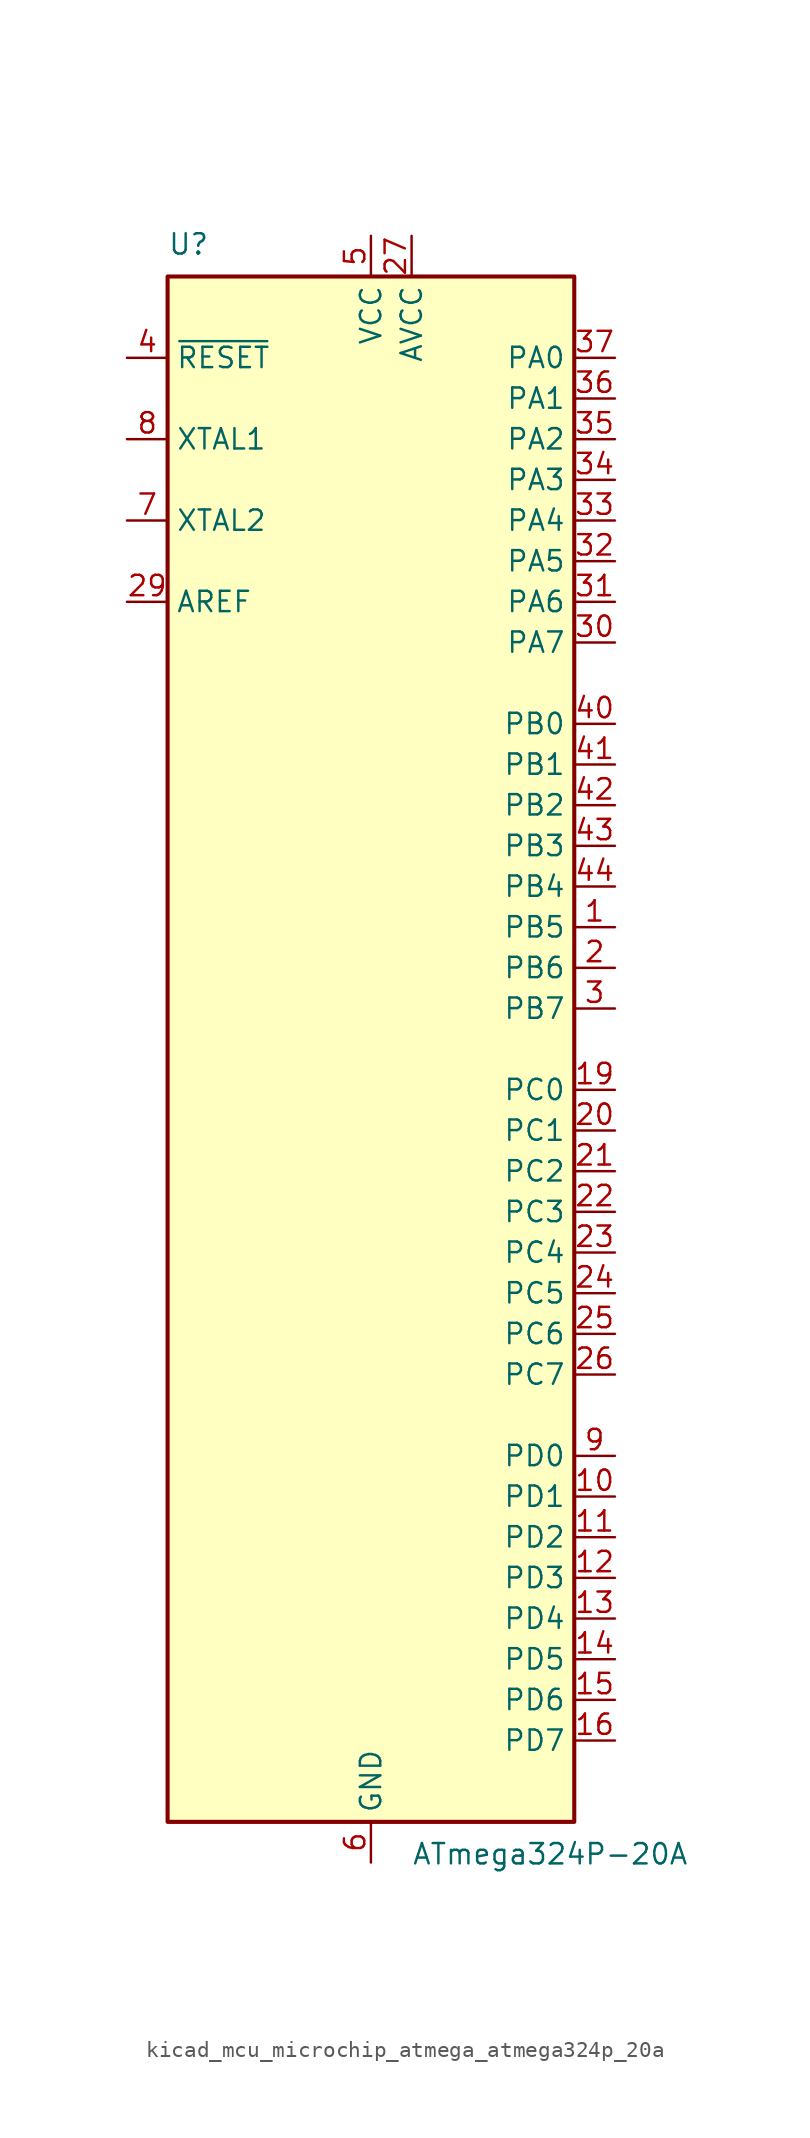
<source format=kicad_sym>
(kicad_symbol_lib
  (version 20220914)
  (generator kicad_symbol_editor)
  (symbol "kicad_mcu_microchip_atmega_atmega324p_20a"
    (property "Reference" "U"
      (at -12.7 49.53 0)
      (effects (font (size 1.27 1.27)) (justify left bottom)))
    (property "Value" "ATmega324P-20A"
      (at 2.54 -49.53 0)
      (effects (font (size 1.27 1.27)) (justify left top)))
    (symbol "kicad_mcu_microchip_atmega_atmega324p_20a_0_1"
      (rectangle (start -12.7 -48.26) (end 12.7 48.26) (stroke (width 0.254) (type default)) (fill (type background))))
    (symbol "kicad_mcu_microchip_atmega_atmega324p_20a_1_1"
      (pin bidirectional line (at 15.24 7.62 180) (length 2.54) (name "PB5" (effects (font (size 1.27 1.27)))) (number "1" (effects (font (size 1.27 1.27)))))
      (pin bidirectional line (at 15.24 -27.94 180) (length 2.54) (name "PD1" (effects (font (size 1.27 1.27)))) (number "10" (effects (font (size 1.27 1.27)))))
      (pin bidirectional line (at 15.24 -30.48 180) (length 2.54) (name "PD2" (effects (font (size 1.27 1.27)))) (number "11" (effects (font (size 1.27 1.27)))))
      (pin bidirectional line (at 15.24 -33.02 180) (length 2.54) (name "PD3" (effects (font (size 1.27 1.27)))) (number "12" (effects (font (size 1.27 1.27)))))
      (pin bidirectional line (at 15.24 -35.56 180) (length 2.54) (name "PD4" (effects (font (size 1.27 1.27)))) (number "13" (effects (font (size 1.27 1.27)))))
      (pin bidirectional line (at 15.24 -38.1 180) (length 2.54) (name "PD5" (effects (font (size 1.27 1.27)))) (number "14" (effects (font (size 1.27 1.27)))))
      (pin bidirectional line (at 15.24 -40.64 180) (length 2.54) (name "PD6" (effects (font (size 1.27 1.27)))) (number "15" (effects (font (size 1.27 1.27)))))
      (pin bidirectional line (at 15.24 -43.18 180) (length 2.54) (name "PD7" (effects (font (size 1.27 1.27)))) (number "16" (effects (font (size 1.27 1.27)))))
      (pin passive line (at 0 50.8 270) (length 2.54) hide (name "VCC" (effects (font (size 1.27 1.27)))) (number "17" (effects (font (size 1.27 1.27)))))
      (pin passive line (at 0 -50.8 90) (length 2.54) hide (name "GND" (effects (font (size 1.27 1.27)))) (number "18" (effects (font (size 1.27 1.27)))))
      (pin bidirectional line (at 15.24 -2.54 180) (length 2.54) (name "PC0" (effects (font (size 1.27 1.27)))) (number "19" (effects (font (size 1.27 1.27)))))
      (pin bidirectional line (at 15.24 5.08 180) (length 2.54) (name "PB6" (effects (font (size 1.27 1.27)))) (number "2" (effects (font (size 1.27 1.27)))))
      (pin bidirectional line (at 15.24 -5.08 180) (length 2.54) (name "PC1" (effects (font (size 1.27 1.27)))) (number "20" (effects (font (size 1.27 1.27)))))
      (pin bidirectional line (at 15.24 -7.62 180) (length 2.54) (name "PC2" (effects (font (size 1.27 1.27)))) (number "21" (effects (font (size 1.27 1.27)))))
      (pin bidirectional line (at 15.24 -10.16 180) (length 2.54) (name "PC3" (effects (font (size 1.27 1.27)))) (number "22" (effects (font (size 1.27 1.27)))))
      (pin bidirectional line (at 15.24 -12.7 180) (length 2.54) (name "PC4" (effects (font (size 1.27 1.27)))) (number "23" (effects (font (size 1.27 1.27)))))
      (pin bidirectional line (at 15.24 -15.24 180) (length 2.54) (name "PC5" (effects (font (size 1.27 1.27)))) (number "24" (effects (font (size 1.27 1.27)))))
      (pin bidirectional line (at 15.24 -17.78 180) (length 2.54) (name "PC6" (effects (font (size 1.27 1.27)))) (number "25" (effects (font (size 1.27 1.27)))))
      (pin bidirectional line (at 15.24 -20.32 180) (length 2.54) (name "PC7" (effects (font (size 1.27 1.27)))) (number "26" (effects (font (size 1.27 1.27)))))
      (pin power_in line (at 2.54 50.8 270) (length 2.54) (name "AVCC" (effects (font (size 1.27 1.27)))) (number "27" (effects (font (size 1.27 1.27)))))
      (pin passive line (at 0 -50.8 90) (length 2.54) hide (name "GND" (effects (font (size 1.27 1.27)))) (number "28" (effects (font (size 1.27 1.27)))))
      (pin passive line (at -15.24 27.94 0) (length 2.54) (name "AREF" (effects (font (size 1.27 1.27)))) (number "29" (effects (font (size 1.27 1.27)))))
      (pin bidirectional line (at 15.24 2.54 180) (length 2.54) (name "PB7" (effects (font (size 1.27 1.27)))) (number "3" (effects (font (size 1.27 1.27)))))
      (pin bidirectional line (at 15.24 25.4 180) (length 2.54) (name "PA7" (effects (font (size 1.27 1.27)))) (number "30" (effects (font (size 1.27 1.27)))))
      (pin bidirectional line (at 15.24 27.94 180) (length 2.54) (name "PA6" (effects (font (size 1.27 1.27)))) (number "31" (effects (font (size 1.27 1.27)))))
      (pin bidirectional line (at 15.24 30.48 180) (length 2.54) (name "PA5" (effects (font (size 1.27 1.27)))) (number "32" (effects (font (size 1.27 1.27)))))
      (pin bidirectional line (at 15.24 33.02 180) (length 2.54) (name "PA4" (effects (font (size 1.27 1.27)))) (number "33" (effects (font (size 1.27 1.27)))))
      (pin bidirectional line (at 15.24 35.56 180) (length 2.54) (name "PA3" (effects (font (size 1.27 1.27)))) (number "34" (effects (font (size 1.27 1.27)))))
      (pin bidirectional line (at 15.24 38.1 180) (length 2.54) (name "PA2" (effects (font (size 1.27 1.27)))) (number "35" (effects (font (size 1.27 1.27)))))
      (pin bidirectional line (at 15.24 40.64 180) (length 2.54) (name "PA1" (effects (font (size 1.27 1.27)))) (number "36" (effects (font (size 1.27 1.27)))))
      (pin bidirectional line (at 15.24 43.18 180) (length 2.54) (name "PA0" (effects (font (size 1.27 1.27)))) (number "37" (effects (font (size 1.27 1.27)))))
      (pin passive line (at 0 50.8 270) (length 2.54) hide (name "VCC" (effects (font (size 1.27 1.27)))) (number "38" (effects (font (size 1.27 1.27)))))
      (pin passive line (at 0 -50.8 90) (length 2.54) hide (name "GND" (effects (font (size 1.27 1.27)))) (number "39" (effects (font (size 1.27 1.27)))))
      (pin input line (at -15.24 43.18 0) (length 2.54) (name "~{RESET}" (effects (font (size 1.27 1.27)))) (number "4" (effects (font (size 1.27 1.27)))))
      (pin bidirectional line (at 15.24 20.32 180) (length 2.54) (name "PB0" (effects (font (size 1.27 1.27)))) (number "40" (effects (font (size 1.27 1.27)))))
      (pin bidirectional line (at 15.24 17.78 180) (length 2.54) (name "PB1" (effects (font (size 1.27 1.27)))) (number "41" (effects (font (size 1.27 1.27)))))
      (pin bidirectional line (at 15.24 15.24 180) (length 2.54) (name "PB2" (effects (font (size 1.27 1.27)))) (number "42" (effects (font (size 1.27 1.27)))))
      (pin bidirectional line (at 15.24 12.7 180) (length 2.54) (name "PB3" (effects (font (size 1.27 1.27)))) (number "43" (effects (font (size 1.27 1.27)))))
      (pin bidirectional line (at 15.24 10.16 180) (length 2.54) (name "PB4" (effects (font (size 1.27 1.27)))) (number "44" (effects (font (size 1.27 1.27)))))
      (pin power_in line (at 0 50.8 270) (length 2.54) (name "VCC" (effects (font (size 1.27 1.27)))) (number "5" (effects (font (size 1.27 1.27)))))
      (pin power_in line (at 0 -50.8 90) (length 2.54) (name "GND" (effects (font (size 1.27 1.27)))) (number "6" (effects (font (size 1.27 1.27)))))
      (pin output line (at -15.24 33.02 0) (length 2.54) (name "XTAL2" (effects (font (size 1.27 1.27)))) (number "7" (effects (font (size 1.27 1.27)))))
      (pin input line (at -15.24 38.1 0) (length 2.54) (name "XTAL1" (effects (font (size 1.27 1.27)))) (number "8" (effects (font (size 1.27 1.27)))))
      (pin bidirectional line (at 15.24 -25.4 180) (length 2.54) (name "PD0" (effects (font (size 1.27 1.27)))) (number "9" (effects (font (size 1.27 1.27))))))))
</source>
